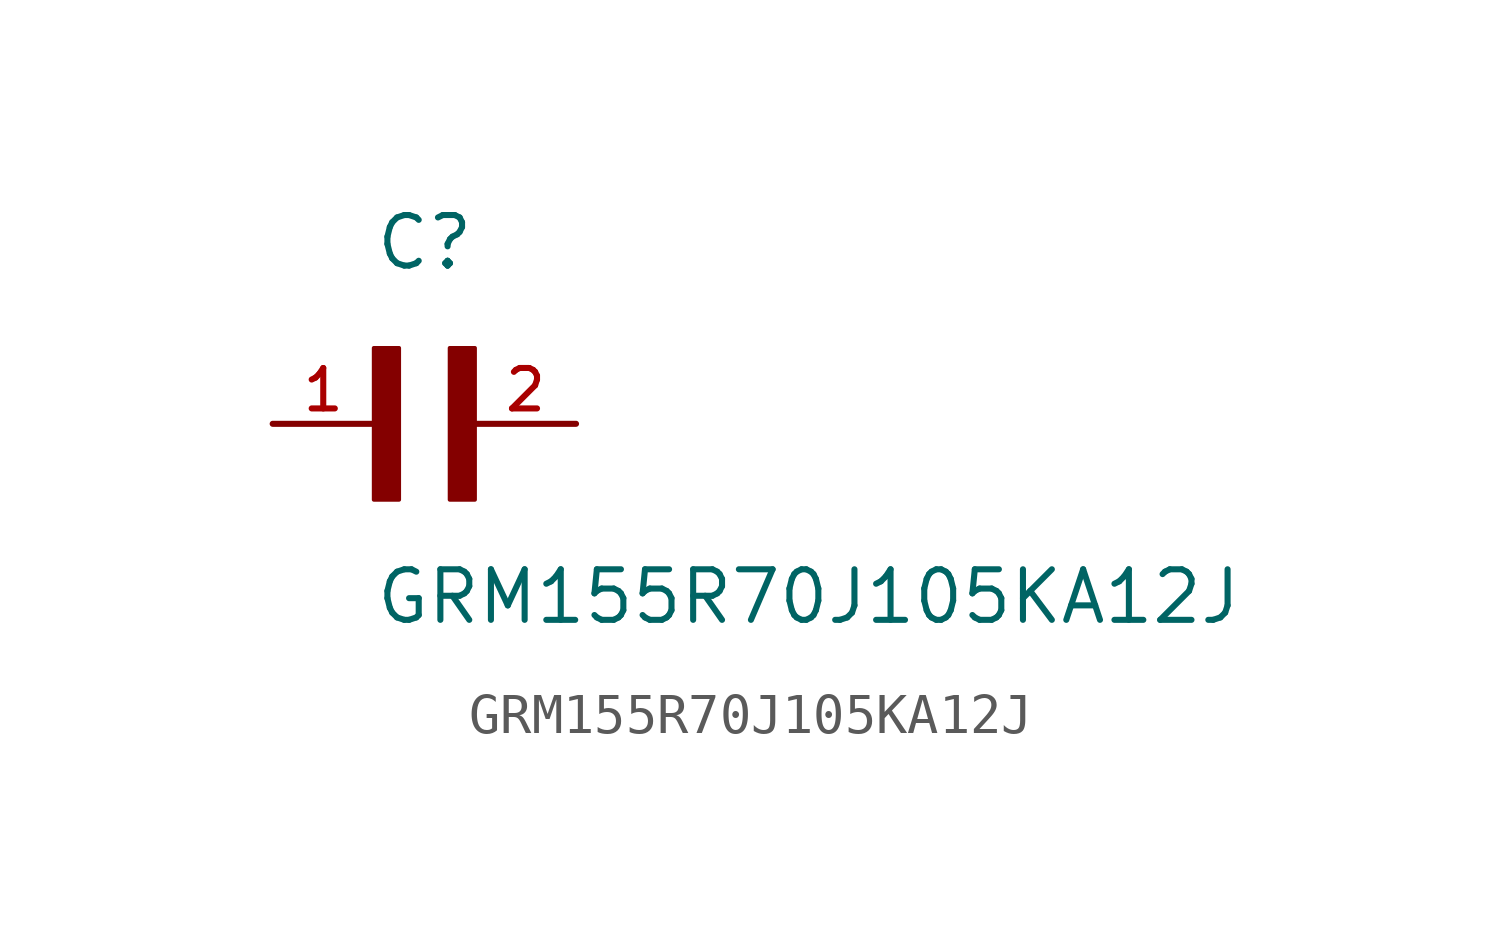
<source format=kicad_sym>
(kicad_symbol_lib
  (version 20211014)
  (generator kicad_symbol_editor)
  (symbol "GRM155R70J105KA12J"
    (pin_names
      (offset 1.016))
    (property "Reference" "C"
      (at 0.0 3.811 0)
      (effects (font (size 1.27 1.27)) (justify bottom left)))
    (property "Value" "GRM155R70J105KA12J"
      (at 0.0 -5.088 0)
      (effects (font (size 1.27 1.27)) (justify bottom left)))
    (symbol "GRM155R70J105KA12J_0_0"
      (rectangle (start 0.0 -1.907) (end 0.635 1.905) (stroke (width 0.1)) (fill (type outline)))
      (rectangle (start 1.907 -1.907) (end 2.54 1.905) (stroke (width 0.1)) (fill (type outline)))
      (pin passive line (at 5.08 0.0 180.0) (length 2.54) (name "~" (effects (font (size 1.016 1.016)))) (number "2" (effects (font (size 1.016 1.016)))))
      (pin passive line (at -2.54 0.0 0) (length 2.54) (name "~" (effects (font (size 1.016 1.016)))) (number "1" (effects (font (size 1.016 1.016))))))))
</source>
